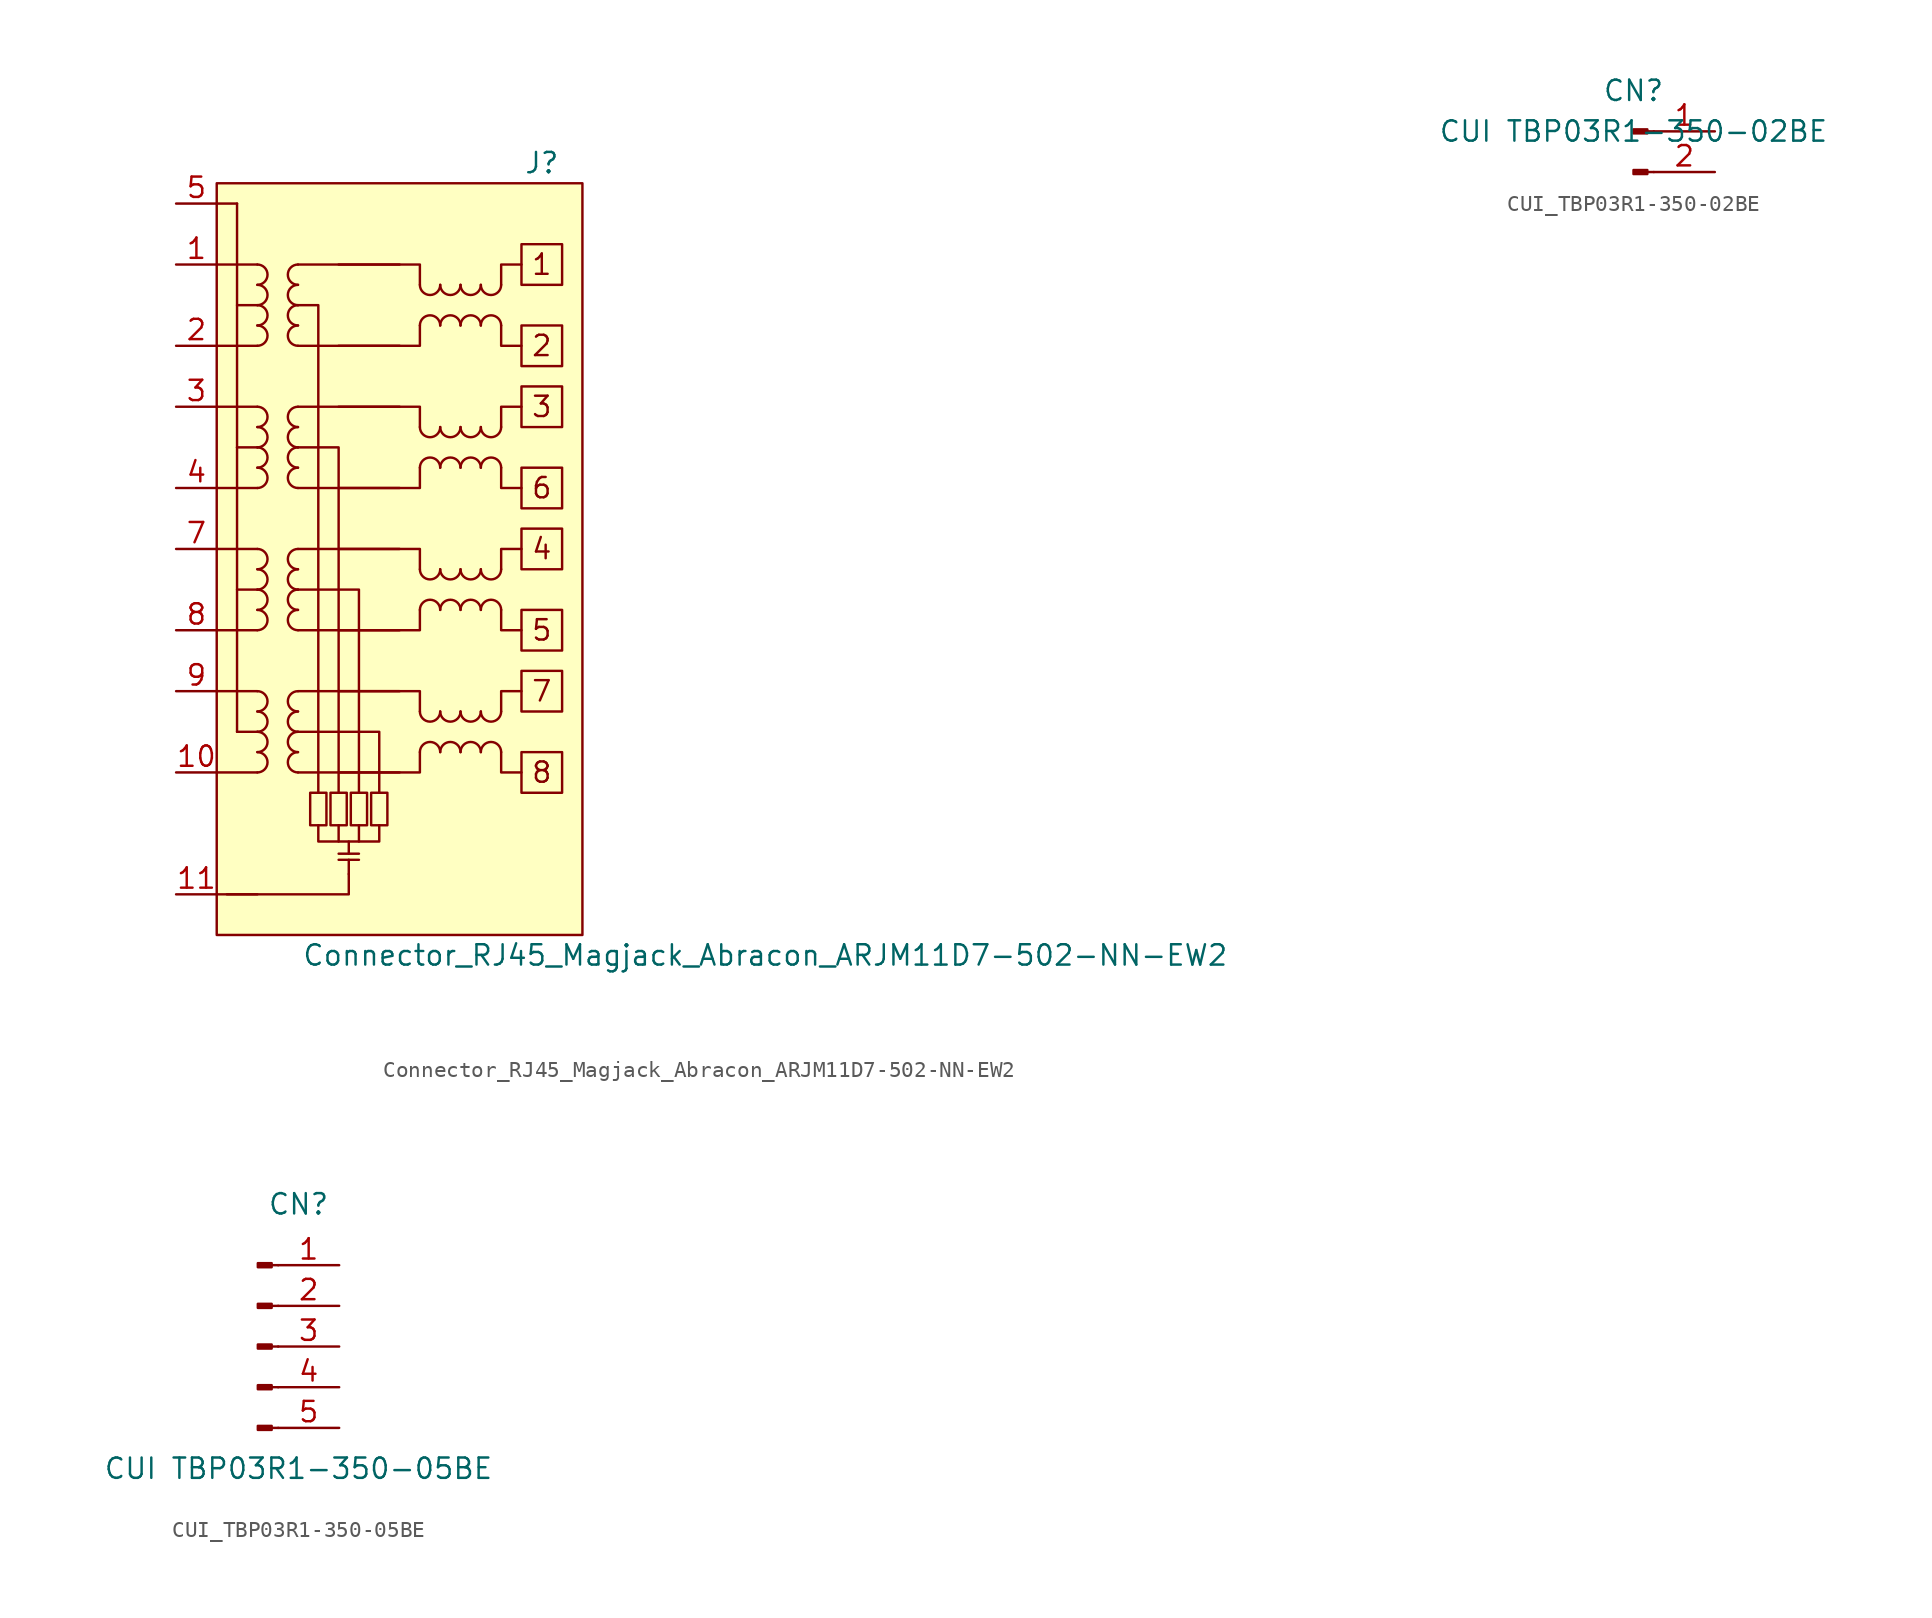
<source format=kicad_sym>
(kicad_symbol_lib
  (version 20220914)
  (generator kicad_symbol_editor)
  (symbol "Connector_RJ45_Magjack_Abracon_ARJM11D7-502-NN-EW2"
    (pin_names
      (offset 1.016))
    (property "Reference" "J"
      (at 8.89 19.05 0)
      (effects (font (size 1.27 1.27))))
    (property "Value" "Connector_RJ45_Magjack_Abracon_ARJM11D7-502-NN-EW2"
      (at 22.86 -30.48 0)
      (effects (font (size 1.27 1.27))))
    (symbol "Connector_RJ45_Magjack_Abracon_ARJM11D7-502-NN-EW2_0_0"
      (rectangle (start -5.588 -20.32) (end -4.572 -22.352) (stroke (width 0) (type default)) (fill (type none)))
      (rectangle (start -4.318 -20.32) (end -3.302 -22.352) (stroke (width 0) (type default)) (fill (type none)))
      (rectangle (start -3.048 -20.32) (end -2.032 -22.352) (stroke (width 0) (type default)) (fill (type none)))
      (rectangle (start -1.778 -20.32) (end -0.762 -22.352) (stroke (width 0) (type default)) (fill (type none)))
      (polyline (pts (xy -11.43 -26.67) (xy -8.89 -26.67)) (stroke (width 0) (type default)) (fill (type none)))
      (polyline (pts (xy -10.16 1.27) (xy -10.16 -16.51)) (stroke (width 0) (type default)) (fill (type none)))
      (polyline (pts (xy -10.16 16.51) (xy -11.43 16.51)) (stroke (width 0) (type default)) (fill (type none)))
      (polyline (pts (xy -10.16 16.51) (xy -10.16 10.16)) (stroke (width 0) (type default)) (fill (type none)))
      (polyline (pts (xy -8.89 -16.51) (xy -10.16 -16.51)) (stroke (width 0) (type default)) (fill (type none)))
      (polyline (pts (xy -8.89 -7.62) (xy -10.16 -7.62)) (stroke (width 0) (type default)) (fill (type none)))
      (polyline (pts (xy -8.89 1.27) (xy -10.16 1.27)) (stroke (width 0) (type default)) (fill (type none)))
      (polyline (pts (xy -6.35 -19.05) (xy 0 -19.05)) (stroke (width 0) (type default)) (fill (type none)))
      (polyline (pts (xy -6.35 -13.97) (xy 0 -13.97)) (stroke (width 0) (type default)) (fill (type none)))
      (polyline (pts (xy -6.35 -10.16) (xy 0 -10.16)) (stroke (width 0) (type default)) (fill (type none)))
      (polyline (pts (xy -6.35 -5.08) (xy 0 -5.08)) (stroke (width 0) (type default)) (fill (type none)))
      (polyline (pts (xy -6.35 -1.27) (xy 0 -1.27)) (stroke (width 0) (type default)) (fill (type none)))
      (polyline (pts (xy -6.35 3.81) (xy 0 3.81)) (stroke (width 0) (type default)) (fill (type none)))
      (polyline (pts (xy -6.35 7.62) (xy 0 7.62)) (stroke (width 0) (type default)) (fill (type none)))
      (polyline (pts (xy -6.35 12.7) (xy 0 12.7)) (stroke (width 0) (type default)) (fill (type none)))
      (polyline (pts (xy -3.81 -24.511) (xy -2.54 -24.511)) (stroke (width 0) (type default)) (fill (type none)))
      (polyline (pts (xy -3.81 -24.13) (xy -2.54 -24.13)) (stroke (width 0) (type default)) (fill (type none)))
      (polyline (pts (xy -3.81 -22.352) (xy -3.81 -23.368)) (stroke (width 0) (type default)) (fill (type none)))
      (polyline (pts (xy -3.175 -24.511) (xy -3.175 -25.4)) (stroke (width 0) (type default)) (fill (type none)))
      (polyline (pts (xy -3.175 -23.368) (xy -3.175 -24.13)) (stroke (width 0) (type default)) (fill (type none)))
      (polyline (pts (xy -2.54 -22.352) (xy -2.54 -23.368)) (stroke (width 0) (type default)) (fill (type none)))
      (polyline (pts (xy -8.89 10.16) (xy -10.16 10.16) (xy -10.16 1.27)) (stroke (width 0) (type default)) (fill (type none)))
      (polyline (pts (xy -6.35 -16.51) (xy -1.27 -16.51) (xy -1.27 -20.32)) (stroke (width 0) (type default)) (fill (type none)))
      (polyline (pts (xy -6.35 -7.62) (xy -2.54 -7.62) (xy -2.54 -20.32)) (stroke (width 0) (type default)) (fill (type none)))
      (polyline (pts (xy -6.35 1.27) (xy -3.81 1.27) (xy -3.81 -20.32)) (stroke (width 0) (type default)) (fill (type none)))
      (polyline (pts (xy -6.35 10.16) (xy -5.08 10.16) (xy -5.08 -20.32)) (stroke (width 0) (type default)) (fill (type none)))
      (polyline (pts (xy -3.175 -25.4) (xy -3.175 -26.67) (xy -10.795 -26.67)) (stroke (width 0) (type default)) (fill (type none)))
      (polyline (pts (xy -5.08 -22.352) (xy -5.08 -23.368) (xy -1.27 -23.368) (xy -1.27 -22.352)) (stroke (width 0) (type default)) (fill (type none)))
      (rectangle (start 7.62 8.89) (end 10.16 6.35) (stroke (width 0) (type default)) (fill (type none)))
      (text "1" (at 8.89 12.7 0) (effects (font (size 1.27 1.27))))
      (text "2" (at 8.89 7.62 0) (effects (font (size 1.27 1.27)))))
    (symbol "Connector_RJ45_Magjack_Abracon_ARJM11D7-502-NN-EW2_0_1"
      (rectangle (start -11.43 17.78) (end 11.43 -29.21) (stroke (width 0) (type default)) (fill (type background)))
      (arc (start -6.35 8.89) (mid -6.9823 8.255) (end -6.35 7.62) (stroke (width 0) (type default)) (fill (type none)))
      (arc (start -6.35 10.16) (mid -6.9823 9.525) (end -6.35 8.89) (stroke (width 0) (type default)) (fill (type none)))
      (arc (start -6.35 11.43) (mid -6.9823 10.795) (end -6.35 10.16) (stroke (width 0) (type default)) (fill (type none)))
      (arc (start -6.35 12.7) (mid -6.9823 12.065) (end -6.35 11.43) (stroke (width 0) (type default)) (fill (type none)))
      (polyline (pts (xy -11.43 7.62) (xy -8.89 7.62)) (stroke (width 0) (type default)) (fill (type none)))
      (polyline (pts (xy -11.43 12.7) (xy -8.89 12.7)) (stroke (width 0) (type default)) (fill (type none)))
      (polyline (pts (xy -3.81 7.62) (xy 1.27 7.62) (xy 1.27 8.89)) (stroke (width 0) (type default)) (fill (type none)))
      (polyline (pts (xy -3.81 12.7) (xy 1.27 12.7) (xy 1.27 11.43)) (stroke (width 0) (type default)) (fill (type none)))
      (polyline (pts (xy 6.35 8.89) (xy 6.35 7.62) (xy 7.62 7.62)) (stroke (width 0) (type default)) (fill (type none)))
      (polyline (pts (xy 6.35 11.43) (xy 6.35 12.7) (xy 7.62 12.7)) (stroke (width 0) (type default)) (fill (type none)))
      (rectangle (start 7.62 13.97) (end 10.16 11.43) (stroke (width 0) (type default)) (fill (type none))))
    (symbol "Connector_RJ45_Magjack_Abracon_ARJM11D7-502-NN-EW2_1_1"
      (arc (start -8.89 -19.05) (mid -8.2577 -18.415) (end -8.89 -17.78) (stroke (width 0) (type default)) (fill (type none)))
      (arc (start -8.89 -17.78) (mid -8.2577 -17.145) (end -8.89 -16.51) (stroke (width 0) (type default)) (fill (type none)))
      (arc (start -8.89 -16.51) (mid -8.2577 -15.875) (end -8.89 -15.24) (stroke (width 0) (type default)) (fill (type none)))
      (arc (start -8.89 -15.24) (mid -8.2577 -14.605) (end -8.89 -13.97) (stroke (width 0) (type default)) (fill (type none)))
      (arc (start -8.89 -10.16) (mid -8.2577 -9.525) (end -8.89 -8.89) (stroke (width 0) (type default)) (fill (type none)))
      (arc (start -8.89 -8.89) (mid -8.2577 -8.255) (end -8.89 -7.62) (stroke (width 0) (type default)) (fill (type none)))
      (arc (start -8.89 -7.62) (mid -8.2577 -6.985) (end -8.89 -6.35) (stroke (width 0) (type default)) (fill (type none)))
      (arc (start -8.89 -6.35) (mid -8.2577 -5.715) (end -8.89 -5.08) (stroke (width 0) (type default)) (fill (type none)))
      (arc (start -8.89 -1.27) (mid -8.2577 -0.635) (end -8.89 0) (stroke (width 0) (type default)) (fill (type none)))
      (arc (start -8.89 0) (mid -8.2577 0.635) (end -8.89 1.27) (stroke (width 0) (type default)) (fill (type none)))
      (arc (start -8.89 1.27) (mid -8.2577 1.905) (end -8.89 2.54) (stroke (width 0) (type default)) (fill (type none)))
      (arc (start -8.89 2.54) (mid -8.2577 3.175) (end -8.89 3.81) (stroke (width 0) (type default)) (fill (type none)))
      (arc (start -8.89 7.62) (mid -8.2577 8.255) (end -8.89 8.89) (stroke (width 0) (type default)) (fill (type none)))
      (arc (start -8.89 8.89) (mid -8.2577 9.525) (end -8.89 10.16) (stroke (width 0) (type default)) (fill (type none)))
      (arc (start -8.89 10.16) (mid -8.2577 10.795) (end -8.89 11.43) (stroke (width 0) (type default)) (fill (type none)))
      (arc (start -8.89 11.43) (mid -8.2577 12.065) (end -8.89 12.7) (stroke (width 0) (type default)) (fill (type none)))
      (arc (start -6.35 -17.78) (mid -6.9823 -18.415) (end -6.35 -19.05) (stroke (width 0) (type default)) (fill (type none)))
      (arc (start -6.35 -16.51) (mid -6.9823 -17.145) (end -6.35 -17.78) (stroke (width 0) (type default)) (fill (type none)))
      (arc (start -6.35 -15.24) (mid -6.9823 -15.875) (end -6.35 -16.51) (stroke (width 0) (type default)) (fill (type none)))
      (arc (start -6.35 -13.97) (mid -6.9823 -14.605) (end -6.35 -15.24) (stroke (width 0) (type default)) (fill (type none)))
      (arc (start -6.35 -8.89) (mid -6.9823 -9.525) (end -6.35 -10.16) (stroke (width 0) (type default)) (fill (type none)))
      (arc (start -6.35 -7.62) (mid -6.9823 -8.255) (end -6.35 -8.89) (stroke (width 0) (type default)) (fill (type none)))
      (arc (start -6.35 -6.35) (mid -6.9823 -6.985) (end -6.35 -7.62) (stroke (width 0) (type default)) (fill (type none)))
      (arc (start -6.35 -5.08) (mid -6.9823 -5.715) (end -6.35 -6.35) (stroke (width 0) (type default)) (fill (type none)))
      (arc (start -6.35 0) (mid -6.9823 -0.635) (end -6.35 -1.27) (stroke (width 0) (type default)) (fill (type none)))
      (arc (start -6.35 1.27) (mid -6.9823 0.635) (end -6.35 0) (stroke (width 0) (type default)) (fill (type none)))
      (arc (start -6.35 2.54) (mid -6.9823 1.905) (end -6.35 1.27) (stroke (width 0) (type default)) (fill (type none)))
      (arc (start -6.35 3.81) (mid -6.9823 3.175) (end -6.35 2.54) (stroke (width 0) (type default)) (fill (type none)))
      (polyline (pts (xy -11.43 -19.05) (xy -8.89 -19.05)) (stroke (width 0) (type default)) (fill (type none)))
      (polyline (pts (xy -11.43 -13.97) (xy -8.89 -13.97)) (stroke (width 0) (type default)) (fill (type none)))
      (polyline (pts (xy -11.43 -10.16) (xy -8.89 -10.16)) (stroke (width 0) (type default)) (fill (type none)))
      (polyline (pts (xy -11.43 -5.08) (xy -8.89 -5.08)) (stroke (width 0) (type default)) (fill (type none)))
      (polyline (pts (xy -11.43 -1.27) (xy -8.89 -1.27)) (stroke (width 0) (type default)) (fill (type none)))
      (polyline (pts (xy -11.43 3.81) (xy -8.89 3.81)) (stroke (width 0) (type default)) (fill (type none)))
      (polyline (pts (xy -3.81 -19.05) (xy 1.27 -19.05) (xy 1.27 -17.78)) (stroke (width 0) (type default)) (fill (type none)))
      (polyline (pts (xy -3.81 -13.97) (xy 1.27 -13.97) (xy 1.27 -15.24)) (stroke (width 0) (type default)) (fill (type none)))
      (polyline (pts (xy -3.81 -10.16) (xy 1.27 -10.16) (xy 1.27 -8.89)) (stroke (width 0) (type default)) (fill (type none)))
      (polyline (pts (xy -3.81 -5.08) (xy 1.27 -5.08) (xy 1.27 -6.35)) (stroke (width 0) (type default)) (fill (type none)))
      (polyline (pts (xy -3.81 -1.27) (xy 1.27 -1.27) (xy 1.27 0)) (stroke (width 0) (type default)) (fill (type none)))
      (polyline (pts (xy -3.81 3.81) (xy 1.27 3.81) (xy 1.27 2.54)) (stroke (width 0) (type default)) (fill (type none)))
      (polyline (pts (xy 6.35 -17.78) (xy 6.35 -19.05) (xy 7.62 -19.05)) (stroke (width 0) (type default)) (fill (type none)))
      (polyline (pts (xy 6.35 -15.24) (xy 6.35 -13.97) (xy 7.62 -13.97)) (stroke (width 0) (type default)) (fill (type none)))
      (polyline (pts (xy 6.35 -8.89) (xy 6.35 -10.16) (xy 7.62 -10.16)) (stroke (width 0) (type default)) (fill (type none)))
      (polyline (pts (xy 6.35 -6.35) (xy 6.35 -5.08) (xy 7.62 -5.08)) (stroke (width 0) (type default)) (fill (type none)))
      (polyline (pts (xy 6.35 0) (xy 6.35 -1.27) (xy 7.62 -1.27)) (stroke (width 0) (type default)) (fill (type none)))
      (polyline (pts (xy 6.35 2.54) (xy 6.35 3.81) (xy 7.62 3.81)) (stroke (width 0) (type default)) (fill (type none)))
      (arc (start 1.27 -15.24) (mid 1.905 -15.8723) (end 2.54 -15.24) (stroke (width 0) (type default)) (fill (type none)))
      (arc (start 1.27 -6.35) (mid 1.905 -6.9823) (end 2.54 -6.35) (stroke (width 0) (type default)) (fill (type none)))
      (arc (start 1.27 2.54) (mid 1.905 1.9077) (end 2.54 2.54) (stroke (width 0) (type default)) (fill (type none)))
      (arc (start 1.27 11.43) (mid 1.905 10.7977) (end 2.54 11.43) (stroke (width 0) (type default)) (fill (type none)))
      (arc (start 2.54 -17.78) (mid 1.905 -17.1477) (end 1.27 -17.78) (stroke (width 0) (type default)) (fill (type none)))
      (arc (start 2.54 -15.24) (mid 3.175 -15.8723) (end 3.81 -15.24) (stroke (width 0) (type default)) (fill (type none)))
      (arc (start 2.54 -8.89) (mid 1.905 -8.2577) (end 1.27 -8.89) (stroke (width 0) (type default)) (fill (type none)))
      (arc (start 2.54 -6.35) (mid 3.175 -6.9823) (end 3.81 -6.35) (stroke (width 0) (type default)) (fill (type none)))
      (arc (start 2.54 0) (mid 1.905 0.6323) (end 1.27 0) (stroke (width 0) (type default)) (fill (type none)))
      (arc (start 2.54 2.54) (mid 3.175 1.9077) (end 3.81 2.54) (stroke (width 0) (type default)) (fill (type none)))
      (arc (start 2.54 8.89) (mid 1.905 9.5223) (end 1.27 8.89) (stroke (width 0) (type default)) (fill (type none)))
      (arc (start 2.54 11.43) (mid 3.175 10.7977) (end 3.81 11.43) (stroke (width 0) (type default)) (fill (type none)))
      (arc (start 3.81 -17.78) (mid 3.175 -17.1477) (end 2.54 -17.78) (stroke (width 0) (type default)) (fill (type none)))
      (arc (start 3.81 -15.24) (mid 4.445 -15.8723) (end 5.08 -15.24) (stroke (width 0) (type default)) (fill (type none)))
      (arc (start 3.81 -8.89) (mid 3.175 -8.2577) (end 2.54 -8.89) (stroke (width 0) (type default)) (fill (type none)))
      (arc (start 3.81 -6.35) (mid 4.445 -6.9823) (end 5.08 -6.35) (stroke (width 0) (type default)) (fill (type none)))
      (arc (start 3.81 0) (mid 3.175 0.6323) (end 2.54 0) (stroke (width 0) (type default)) (fill (type none)))
      (arc (start 3.81 2.54) (mid 4.445 1.9077) (end 5.08 2.54) (stroke (width 0) (type default)) (fill (type none)))
      (arc (start 3.81 8.89) (mid 3.175 9.5223) (end 2.54 8.89) (stroke (width 0) (type default)) (fill (type none)))
      (arc (start 3.81 11.43) (mid 4.445 10.7977) (end 5.08 11.43) (stroke (width 0) (type default)) (fill (type none)))
      (arc (start 5.08 -17.78) (mid 4.445 -17.1477) (end 3.81 -17.78) (stroke (width 0) (type default)) (fill (type none)))
      (arc (start 5.08 -15.24) (mid 5.715 -15.8723) (end 6.35 -15.24) (stroke (width 0) (type default)) (fill (type none)))
      (arc (start 5.08 -8.89) (mid 4.445 -8.2577) (end 3.81 -8.89) (stroke (width 0) (type default)) (fill (type none)))
      (arc (start 5.08 -6.35) (mid 5.715 -6.9823) (end 6.35 -6.35) (stroke (width 0) (type default)) (fill (type none)))
      (arc (start 5.08 0) (mid 4.445 0.6323) (end 3.81 0) (stroke (width 0) (type default)) (fill (type none)))
      (arc (start 5.08 2.54) (mid 5.715 1.9077) (end 6.35 2.54) (stroke (width 0) (type default)) (fill (type none)))
      (arc (start 5.08 8.89) (mid 4.445 9.5223) (end 3.81 8.89) (stroke (width 0) (type default)) (fill (type none)))
      (arc (start 5.08 11.43) (mid 5.715 10.7977) (end 6.35 11.43) (stroke (width 0) (type default)) (fill (type none)))
      (arc (start 6.35 -17.78) (mid 5.715 -17.1477) (end 5.08 -17.78) (stroke (width 0) (type default)) (fill (type none)))
      (arc (start 6.35 -8.89) (mid 5.715 -8.2577) (end 5.08 -8.89) (stroke (width 0) (type default)) (fill (type none)))
      (arc (start 6.35 0) (mid 5.715 0.6323) (end 5.08 0) (stroke (width 0) (type default)) (fill (type none)))
      (arc (start 6.35 8.89) (mid 5.715 9.5223) (end 5.08 8.89) (stroke (width 0) (type default)) (fill (type none)))
      (rectangle (start 7.62 -17.78) (end 10.16 -20.32) (stroke (width 0) (type default)) (fill (type none)))
      (rectangle (start 7.62 -12.7) (end 10.16 -15.24) (stroke (width 0) (type default)) (fill (type none)))
      (rectangle (start 7.62 -8.89) (end 10.16 -11.43) (stroke (width 0) (type default)) (fill (type none)))
      (rectangle (start 7.62 -3.81) (end 10.16 -6.35) (stroke (width 0) (type default)) (fill (type none)))
      (rectangle (start 7.62 0) (end 10.16 -2.54) (stroke (width 0) (type default)) (fill (type none)))
      (rectangle (start 7.62 5.08) (end 10.16 2.54) (stroke (width 0) (type default)) (fill (type none)))
      (text "3" (at 8.89 3.81 0) (effects (font (size 1.27 1.27))))
      (text "4" (at 8.89 -5.08 0) (effects (font (size 1.27 1.27))))
      (text "5" (at 8.89 -10.16 0) (effects (font (size 1.27 1.27))))
      (text "6" (at 8.89 -1.27 0) (effects (font (size 1.27 1.27))))
      (text "7" (at 8.89 -13.97 0) (effects (font (size 1.27 1.27))))
      (text "8" (at 8.89 -19.05 0) (effects (font (size 1.27 1.27))))
      (pin passive line (at -13.97 12.7 0) (length 2.54) (name "~" (effects (font (size 1.27 1.27)))) (number "1" (effects (font (size 1.27 1.27)))))
      (pin passive line (at -13.97 -19.05 0) (length 2.54) (name "~" (effects (font (size 1.27 1.27)))) (number "10" (effects (font (size 1.27 1.27)))))
      (pin passive line (at -13.97 -26.67 0) (length 2.54) (name "~" (effects (font (size 1.27 1.27)))) (number "11" (effects (font (size 1.27 1.27)))))
      (pin passive line (at -13.97 7.62 0) (length 2.54) (name "~" (effects (font (size 1.27 1.27)))) (number "2" (effects (font (size 1.27 1.27)))))
      (pin passive line (at -13.97 3.81 0) (length 2.54) (name "~" (effects (font (size 1.27 1.27)))) (number "3" (effects (font (size 1.27 1.27)))))
      (pin passive line (at -13.97 -1.27 0) (length 2.54) (name "~" (effects (font (size 1.27 1.27)))) (number "4" (effects (font (size 1.27 1.27)))))
      (pin passive line (at -13.97 16.51 0) (length 2.54) (name "~" (effects (font (size 1.27 1.27)))) (number "5" (effects (font (size 1.27 1.27)))))
      (pin passive line (at -13.97 16.51 0) (length 2.54) hide (name "~" (effects (font (size 1.27 1.27)))) (number "6" (effects (font (size 1.27 1.27)))))
      (pin passive line (at -13.97 -5.08 0) (length 2.54) (name "~" (effects (font (size 1.27 1.27)))) (number "7" (effects (font (size 1.27 1.27)))))
      (pin passive line (at -13.97 -10.16 0) (length 2.54) (name "~" (effects (font (size 1.27 1.27)))) (number "8" (effects (font (size 1.27 1.27)))))
      (pin passive line (at -13.97 -13.97 0) (length 2.54) (name "~" (effects (font (size 1.27 1.27)))) (number "9" (effects (font (size 1.27 1.27)))))))
  (symbol "CUI_TBP03R1-350-02BE"
    (pin_names hide)
    (property "Reference" "CN"
      (at 0 2.54 0)
      (effects (font (size 1.27 1.27))))
    (property "Value" "CUI TBP03R1-350-02BE"
      (at 0 0 0)
      (effects (font (size 1.27 1.27))))
    (symbol "CUI_TBP03R1-350-02BE_1_1"
      (polyline (pts (xy 1.27 -2.54) (xy 0.864 -2.54)) (stroke (width 0.152) (type default)) (fill (type none)))
      (polyline (pts (xy 1.27 0) (xy 0.864 0)) (stroke (width 0.152) (type default)) (fill (type none)))
      (rectangle (start 0.864 -2.413) (end 0 -2.667) (stroke (width 0.152) (type default)) (fill (type outline)))
      (rectangle (start 0.864 0.127) (end 0 -0.127) (stroke (width 0.152) (type default)) (fill (type outline)))
      (pin passive line (at 5.08 0 180) (length 3.81) (name "Pin_1" (effects (font (size 1.27 1.27)))) (number "1" (effects (font (size 1.27 1.27)))))
      (pin passive line (at 5.08 -2.54 180) (length 3.81) (name "Pin_2" (effects (font (size 1.27 1.27)))) (number "2" (effects (font (size 1.27 1.27)))))))
  (symbol "CUI_TBP03R1-350-05BE"
    (pin_names hide)
    (property "Reference" "CN"
      (at 0 8.89 0)
      (effects (font (size 1.27 1.27))))
    (property "Value" "CUI TBP03R1-350-05BE"
      (at 0 -7.62 0)
      (effects (font (size 1.27 1.27))))
    (symbol "CUI_TBP03R1-350-05BE_1_1"
      (rectangle (start -1.676 -4.953) (end -2.54 -5.207) (stroke (width 0.152) (type default)) (fill (type outline)))
      (rectangle (start -1.676 -2.413) (end -2.54 -2.667) (stroke (width 0.152) (type default)) (fill (type outline)))
      (rectangle (start -1.676 0.127) (end -2.54 -0.127) (stroke (width 0.152) (type default)) (fill (type outline)))
      (rectangle (start -1.676 2.667) (end -2.54 2.413) (stroke (width 0.152) (type default)) (fill (type outline)))
      (rectangle (start -1.676 5.207) (end -2.54 4.953) (stroke (width 0.152) (type default)) (fill (type outline)))
      (polyline (pts (xy -1.27 -5.08) (xy -1.676 -5.08)) (stroke (width 0.152) (type default)) (fill (type none)))
      (polyline (pts (xy -1.27 -2.54) (xy -1.676 -2.54)) (stroke (width 0.152) (type default)) (fill (type none)))
      (polyline (pts (xy -1.27 0) (xy -1.676 0)) (stroke (width 0.152) (type default)) (fill (type none)))
      (polyline (pts (xy -1.27 2.54) (xy -1.676 2.54)) (stroke (width 0.152) (type default)) (fill (type none)))
      (polyline (pts (xy -1.27 5.08) (xy -1.676 5.08)) (stroke (width 0.152) (type default)) (fill (type none)))
      (pin passive line (at 2.54 5.08 180) (length 3.81) (name "Pin_1" (effects (font (size 1.27 1.27)))) (number "1" (effects (font (size 1.27 1.27)))))
      (pin passive line (at 2.54 2.54 180) (length 3.81) (name "Pin_2" (effects (font (size 1.27 1.27)))) (number "2" (effects (font (size 1.27 1.27)))))
      (pin passive line (at 2.54 0 180) (length 3.81) (name "Pin_3" (effects (font (size 1.27 1.27)))) (number "3" (effects (font (size 1.27 1.27)))))
      (pin passive line (at 2.54 -2.54 180) (length 3.81) (name "Pin_4" (effects (font (size 1.27 1.27)))) (number "4" (effects (font (size 1.27 1.27)))))
      (pin passive line (at 2.54 -5.08 180) (length 3.81) (name "Pin_5" (effects (font (size 1.27 1.27)))) (number "5" (effects (font (size 1.27 1.27))))))))
</source>
